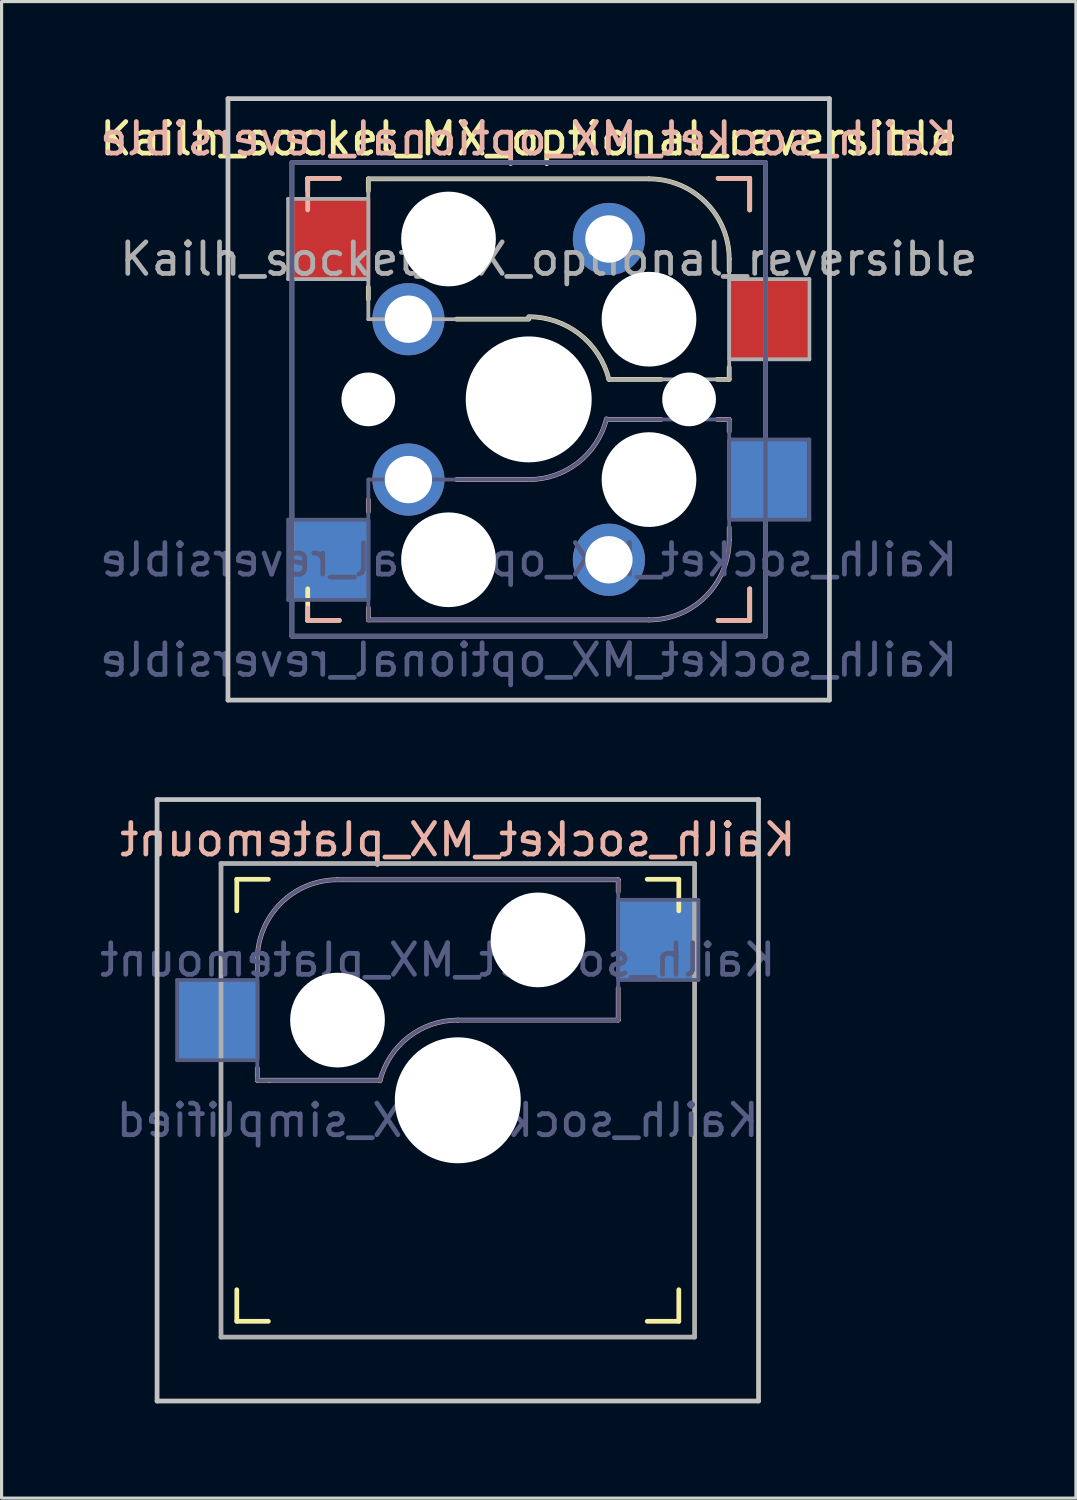
<source format=kicad_pcb>
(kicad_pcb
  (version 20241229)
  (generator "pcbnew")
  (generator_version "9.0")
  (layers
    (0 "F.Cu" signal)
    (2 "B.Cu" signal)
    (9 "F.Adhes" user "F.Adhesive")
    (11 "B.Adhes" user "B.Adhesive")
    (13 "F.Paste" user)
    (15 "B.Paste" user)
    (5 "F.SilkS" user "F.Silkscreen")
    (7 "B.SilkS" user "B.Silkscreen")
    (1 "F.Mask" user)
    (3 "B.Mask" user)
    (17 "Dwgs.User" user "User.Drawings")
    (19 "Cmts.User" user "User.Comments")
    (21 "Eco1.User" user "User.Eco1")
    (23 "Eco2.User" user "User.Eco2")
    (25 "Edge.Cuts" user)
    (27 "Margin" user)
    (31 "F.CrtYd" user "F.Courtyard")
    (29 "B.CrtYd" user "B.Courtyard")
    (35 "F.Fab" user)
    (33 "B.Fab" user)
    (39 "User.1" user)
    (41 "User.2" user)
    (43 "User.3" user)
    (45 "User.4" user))
  (footprint "Kailh_socket_MX_platemount"
    (layer "F.Cu")
    (at 11.45 31.8)
    (property "Reference" "Kailh_socket_MX_platemount" (at 0 -8.255 0) (layer "B.SilkS") (effects (font (size 1 1) (thickness 0.15)) (justify mirror)))
    (property "Value" "Kailh_socket_MX_simplified" (at 0 8.255 0) (layer "F.Fab") (hide yes) (effects (font (size 1 1) (thickness 0.15))))
    (attr smd)
    (fp_line (start -7 -6) (end -7 -7) (stroke (width 0.15) (type solid)) (layer "F.SilkS"))
    (fp_line (start -7 7) (end -7 6) (stroke (width 0.15) (type solid)) (layer "F.SilkS"))
    (fp_line (start -7 7) (end -6 7) (stroke (width 0.15) (type solid)) (layer "F.SilkS"))
    (fp_line (start -6 -7) (end -7 -7) (stroke (width 0.15) (type solid)) (layer "F.SilkS"))
    (fp_line (start 6 7) (end 7 7) (stroke (width 0.15) (type solid)) (layer "F.SilkS"))
    (fp_line (start 7 -7) (end 6 -7) (stroke (width 0.15) (type solid)) (layer "F.SilkS"))
    (fp_line (start 7 -7) (end 7 -6) (stroke (width 0.15) (type solid)) (layer "F.SilkS"))
    (fp_line (start 7 6) (end 7 7) (stroke (width 0.15) (type solid)) (layer "F.SilkS"))
    (fp_line (start -6.35 -4.445) (end -6.35 -4.064) (stroke (width 0.15) (type solid)) (layer "B.SilkS"))
    (fp_line (start -6.35 -1.016) (end -6.35 -0.635) (stroke (width 0.15) (type solid)) (layer "B.SilkS"))
    (fp_line (start -5.969 -0.635) (end -6.35 -0.635) (stroke (width 0.15) (type solid)) (layer "B.SilkS"))
    (fp_line (start -3.81 -6.985) (end 5.08 -6.985) (stroke (width 0.15) (type solid)) (layer "B.SilkS"))
    (fp_line (start -2.464 -0.635) (end -5.969 -0.635) (stroke (width 0.15) (type solid)) (layer "B.SilkS"))
    (fp_line (start 5.08 -6.985) (end 5.08 -6.604) (stroke (width 0.15) (type solid)) (layer "B.SilkS"))
    (fp_line (start 5.08 -3.556) (end 5.08 -2.54) (stroke (width 0.15) (type solid)) (layer "B.SilkS"))
    (fp_line (start 5.08 -2.54) (end 0 -2.54) (stroke (width 0.15) (type solid)) (layer "B.SilkS"))
    (fp_arc (start -6.35 -4.445) (mid -5.606051 -6.241051) (end -3.81 -6.985) (stroke (width 0.15) (type solid)) (layer "B.SilkS"))
    (fp_arc (start -2.464162 -0.61604) (mid -1.563147 -2.002042) (end 0 -2.54) (stroke (width 0.15) (type solid)) (layer "B.SilkS"))
    (fp_line (start -9.525 -9.525) (end 9.525 -9.525) (stroke (width 0.15) (type solid)) (layer "Dwgs.User"))
    (fp_line (start -9.525 9.525) (end -9.525 -9.525) (stroke (width 0.15) (type solid)) (layer "Dwgs.User"))
    (fp_line (start 9.525 -9.525) (end 9.525 9.525) (stroke (width 0.15) (type solid)) (layer "Dwgs.User"))
    (fp_line (start 9.525 9.525) (end -9.525 9.525) (stroke (width 0.15) (type solid)) (layer "Dwgs.User"))
    (fp_line (start -6.9 6.9) (end -6.9 -6.9) (stroke (width 0.15) (type solid)) (layer "Eco2.User"))
    (fp_line (start -6.9 6.9) (end 6.9 6.9) (stroke (width 0.15) (type solid)) (layer "Eco2.User"))
    (fp_line (start 6.9 -6.9) (end -6.9 -6.9) (stroke (width 0.15) (type solid)) (layer "Eco2.User"))
    (fp_line (start 6.9 -6.9) (end 6.9 6.9) (stroke (width 0.15) (type solid)) (layer "Eco2.User"))
    (fp_line (start -8.89 -3.81) (end -6.35 -3.81) (stroke (width 0.12) (type solid)) (layer "B.Fab"))
    (fp_line (start -8.89 -1.27) (end -8.89 -3.81) (stroke (width 0.12) (type solid)) (layer "B.Fab"))
    (fp_line (start -6.35 -1.27) (end -8.89 -1.27) (stroke (width 0.12) (type solid)) (layer "B.Fab"))
    (fp_line (start -6.35 -0.635) (end -6.35 -4.445) (stroke (width 0.12) (type solid)) (layer "B.Fab"))
    (fp_line (start -6.35 -0.635) (end -2.54 -0.635) (stroke (width 0.12) (type solid)) (layer "B.Fab"))
    (fp_line (start -3.81 -6.985) (end 5.08 -6.985) (stroke (width 0.12) (type solid)) (layer "B.Fab"))
    (fp_line (start 5.08 -6.985) (end 5.08 -2.54) (stroke (width 0.12) (type solid)) (layer "B.Fab"))
    (fp_line (start 5.08 -6.35) (end 7.62 -6.35) (stroke (width 0.12) (type solid)) (layer "B.Fab"))
    (fp_line (start 5.08 -2.54) (end 0 -2.54) (stroke (width 0.12) (type solid)) (layer "B.Fab"))
    (fp_line (start 7.62 -6.35) (end 7.62 -3.81) (stroke (width 0.12) (type solid)) (layer "B.Fab"))
    (fp_line (start 7.62 -3.81) (end 5.08 -3.81) (stroke (width 0.12) (type solid)) (layer "B.Fab"))
    (fp_arc (start -6.35 -4.445) (mid -5.606051 -6.241051) (end -3.81 -6.985) (stroke (width 0.12) (type solid)) (layer "B.Fab"))
    (fp_arc (start -2.464162 -0.61604) (mid -1.563147 -2.002042) (end 0 -2.54) (stroke (width 0.12) (type solid)) (layer "B.Fab"))
    (fp_line (start -7.5 -7.5) (end 7.5 -7.5) (stroke (width 0.15) (type solid)) (layer "F.Fab"))
    (fp_line (start -7.5 7.5) (end -7.5 -7.5) (stroke (width 0.15) (type solid)) (layer "F.Fab"))
    (fp_line (start 7.5 -7.5) (end 7.5 7.5) (stroke (width 0.15) (type solid)) (layer "F.Fab"))
    (fp_line (start 7.5 7.5) (end -7.5 7.5) (stroke (width 0.15) (type solid)) (layer "F.Fab"))
    (fp_text user "${REFERENCE}" (at -0.635 -4.445 0) (layer "B.Fab") (effects (font (size 1 1) (thickness 0.15)) (justify mirror)))
    (fp_text user "${VALUE}" (at -0.635 0.635 0) (layer "B.Fab") (effects (font (size 1 1) (thickness 0.15)) (justify mirror)))
    (pad "" np_thru_hole circle (at -3.81 -2.54) (size 3 3) (drill 3) (layers "*.Cu" "*.Mask"))
    (pad "" np_thru_hole circle (at 0 0) (size 3.988 3.988) (drill 3.988) (layers "*.Cu" "*.Mask"))
    (pad "" np_thru_hole circle (at 2.54 -5.08) (size 3 3) (drill 3) (layers "*.Cu" "*.Mask"))
    (pad "1" smd rect (at -7.56 -2.54) (size 2.55 2.5) (layers "B.Cu" "B.Mask" "B.Paste"))
    (pad "2" smd rect (at 6.29 -5.08) (size 2.55 2.5) (layers "B.Cu" "B.Mask" "B.Paste")))
  (footprint "Kailh_socket_MX_optional_reversible"
    (layer "F.Cu")
    (at 13.696 9.6)
    (property "Reference" "Kailh_socket_MX_optional_reversible" (at 0 -8.255 0) (layer "F.SilkS") (effects (font (size 1 1) (thickness 0.15))))
    (property "Value" "Kailh_socket_MX_optional_reversible" (at 0 8.255 0) (layer "F.Fab") (hide yes) (effects (font (size 1 1) (thickness 0.15))))
    (attr smd)
    (fp_line (start -7 -7) (end -6 -7) (stroke (width 0.15) (type solid)) (layer "F.SilkS"))
    (fp_line (start -7 -6.604) (end -7 -7) (stroke (width 0.15) (type solid)) (layer "F.SilkS"))
    (fp_line (start -7 7) (end -7 6) (stroke (width 0.15) (type solid)) (layer "F.SilkS"))
    (fp_line (start -6 7) (end -7 7) (stroke (width 0.15) (type solid)) (layer "F.SilkS"))
    (fp_line (start -5.08 -6.985) (end -5.08 -6.604) (stroke (width 0.15) (type solid)) (layer "F.SilkS"))
    (fp_line (start -5.08 -3.556) (end -5.08 -3.175) (stroke (width 0.15) (type solid)) (layer "F.SilkS"))
    (fp_line (start -2.286 -2.54) (end 0 -2.54) (stroke (width 0.15) (type solid)) (layer "F.SilkS"))
    (fp_line (start 2.54 -0.635) (end 4.191 -0.635) (stroke (width 0.15) (type solid)) (layer "F.SilkS"))
    (fp_line (start 3.81 -6.985) (end -5.08 -6.985) (stroke (width 0.15) (type solid)) (layer "F.SilkS"))
    (fp_line (start 5.969 -0.635) (end 6.35 -0.635) (stroke (width 0.15) (type solid)) (layer "F.SilkS"))
    (fp_line (start 6 -7) (end 7 -7) (stroke (width 0.15) (type solid)) (layer "F.SilkS"))
    (fp_line (start 6.35 -4.445) (end 6.35 -4.064) (stroke (width 0.15) (type solid)) (layer "F.SilkS"))
    (fp_line (start 6.35 -0.635) (end 6.35 -1.016) (stroke (width 0.15) (type solid)) (layer "F.SilkS"))
    (fp_line (start 7 -7) (end 7 -6) (stroke (width 0.15) (type solid)) (layer "F.SilkS"))
    (fp_line (start 7 6) (end 7 7) (stroke (width 0.15) (type solid)) (layer "F.SilkS"))
    (fp_line (start 7 7) (end 6 7) (stroke (width 0.15) (type solid)) (layer "F.SilkS"))
    (fp_arc (start 0.000001 -2.618171) (mid 1.611255 -2.063656) (end 2.539999 -0.634999) (stroke (width 0.15) (type solid)) (layer "F.SilkS"))
    (fp_arc (start 3.81 -6.985) (mid 5.606051 -6.241051) (end 6.35 -4.445) (stroke (width 0.15) (type solid)) (layer "F.SilkS"))
    (fp_line (start -7 -7) (end -6 -7) (stroke (width 0.15) (type solid)) (layer "B.SilkS"))
    (fp_line (start -7 -6) (end -7 -7) (stroke (width 0.15) (type solid)) (layer "B.SilkS"))
    (fp_line (start -7 7) (end -7 6.604) (stroke (width 0.15) (type solid)) (layer "B.SilkS"))
    (fp_line (start -6 7) (end -7 7) (stroke (width 0.15) (type solid)) (layer "B.SilkS"))
    (fp_line (start -5.08 3.175) (end -5.08 3.556) (stroke (width 0.15) (type solid)) (layer "B.SilkS"))
    (fp_line (start -5.08 6.604) (end -5.08 6.985) (stroke (width 0.15) (type solid)) (layer "B.SilkS"))
    (fp_line (start -5.08 6.985) (end 3.81 6.985) (stroke (width 0.15) (type solid)) (layer "B.SilkS"))
    (fp_line (start 0 2.54) (end -2.286 2.54) (stroke (width 0.15) (type solid)) (layer "B.SilkS"))
    (fp_line (start 4.191 0.635) (end 2.54 0.635) (stroke (width 0.15) (type solid)) (layer "B.SilkS"))
    (fp_line (start 6 -7) (end 7 -7) (stroke (width 0.15) (type solid)) (layer "B.SilkS"))
    (fp_line (start 6.35 0.635) (end 5.969 0.635) (stroke (width 0.15) (type solid)) (layer "B.SilkS"))
    (fp_line (start 6.35 1.016) (end 6.35 0.635) (stroke (width 0.15) (type solid)) (layer "B.SilkS"))
    (fp_line (start 6.35 4.445) (end 6.35 4.064) (stroke (width 0.15) (type solid)) (layer "B.SilkS"))
    (fp_line (start 7 -7) (end 7 -6) (stroke (width 0.15) (type solid)) (layer "B.SilkS"))
    (fp_line (start 7 6) (end 7 7) (stroke (width 0.15) (type solid)) (layer "B.SilkS"))
    (fp_line (start 7 7) (end 6 7) (stroke (width 0.15) (type solid)) (layer "B.SilkS"))
    (fp_arc (start 2.464162 0.61604) (mid 1.563147 2.002042) (end 0 2.54) (stroke (width 0.15) (type solid)) (layer "B.SilkS"))
    (fp_arc (start 6.35 4.445) (mid 5.606051 6.241051) (end 3.81 6.985) (stroke (width 0.15) (type solid)) (layer "B.SilkS"))
    (fp_line (start -9.525 -9.525) (end 9.525 -9.525) (stroke (width 0.15) (type solid)) (layer "Dwgs.User"))
    (fp_line (start -9.525 9.525) (end -9.525 -9.525) (stroke (width 0.15) (type solid)) (layer "Dwgs.User"))
    (fp_line (start 9.525 -9.525) (end 9.525 9.525) (stroke (width 0.15) (type solid)) (layer "Dwgs.User"))
    (fp_line (start 9.525 9.525) (end -9.525 9.525) (stroke (width 0.15) (type solid)) (layer "Dwgs.User"))
    (fp_line (start -6.9 6.9) (end -6.9 -6.9) (stroke (width 0.15) (type solid)) (layer "Eco2.User"))
    (fp_line (start -6.9 6.9) (end 6.9 6.9) (stroke (width 0.15) (type solid)) (layer "Eco2.User"))
    (fp_line (start 6.9 -6.9) (end -6.9 -6.9) (stroke (width 0.15) (type solid)) (layer "Eco2.User"))
    (fp_line (start 6.9 -6.9) (end 6.9 6.9) (stroke (width 0.15) (type solid)) (layer "Eco2.User"))
    (fp_line (start -7.62 3.81) (end -7.62 6.35) (stroke (width 0.12) (type solid)) (layer "B.Fab"))
    (fp_line (start -7.62 6.35) (end -5.08 6.35) (stroke (width 0.12) (type solid)) (layer "B.Fab"))
    (fp_line (start -7.5 -7.5) (end 7.5 -7.5) (stroke (width 0.15) (type solid)) (layer "B.Fab"))
    (fp_line (start -7.5 7.5) (end -7.5 -7.5) (stroke (width 0.15) (type solid)) (layer "B.Fab"))
    (fp_line (start -5.08 2.54) (end -5.08 6.985) (stroke (width 0.12) (type solid)) (layer "B.Fab"))
    (fp_line (start -5.08 3.81) (end -7.62 3.81) (stroke (width 0.12) (type solid)) (layer "B.Fab"))
    (fp_line (start -5.08 6.985) (end 3.81 6.985) (stroke (width 0.12) (type solid)) (layer "B.Fab"))
    (fp_line (start 0 2.54) (end -5.08 2.54) (stroke (width 0.12) (type solid)) (layer "B.Fab"))
    (fp_line (start 6.35 0.635) (end 2.54 0.635) (stroke (width 0.12) (type solid)) (layer "B.Fab"))
    (fp_line (start 6.35 3.81) (end 8.89 3.81) (stroke (width 0.12) (type solid)) (layer "B.Fab"))
    (fp_line (start 6.35 4.445) (end 6.35 0.635) (stroke (width 0.12) (type solid)) (layer "B.Fab"))
    (fp_line (start 7.5 -7.5) (end 7.5 7.5) (stroke (width 0.15) (type solid)) (layer "B.Fab"))
    (fp_line (start 7.5 7.5) (end -7.5 7.5) (stroke (width 0.15) (type solid)) (layer "B.Fab"))
    (fp_line (start 8.89 1.27) (end 6.35 1.27) (stroke (width 0.12) (type solid)) (layer "B.Fab"))
    (fp_line (start 8.89 3.81) (end 8.89 1.27) (stroke (width 0.12) (type solid)) (layer "B.Fab"))
    (fp_arc (start 2.464162 0.61604) (mid 1.563147 2.002042) (end 0 2.54) (stroke (width 0.12) (type solid)) (layer "B.Fab"))
    (fp_arc (start 6.35 4.445) (mid 5.606051 6.241051) (end 3.81 6.985) (stroke (width 0.12) (type solid)) (layer "B.Fab"))
    (fp_line (start -7.62 -6.35) (end -7.62 -3.81) (stroke (width 0.12) (type solid)) (layer "F.Fab"))
    (fp_line (start -7.62 -3.81) (end -5.08 -3.81) (stroke (width 0.12) (type solid)) (layer "F.Fab"))
    (fp_line (start -7.5 -7.5) (end 7.5 -7.5) (stroke (width 0.15) (type solid)) (layer "F.Fab"))
    (fp_line (start -7.5 7.5) (end -7.5 -7.5) (stroke (width 0.15) (type solid)) (layer "F.Fab"))
    (fp_line (start -5.08 -6.985) (end -5.08 -2.54) (stroke (width 0.12) (type solid)) (layer "F.Fab"))
    (fp_line (start -5.08 -6.35) (end -7.62 -6.35) (stroke (width 0.12) (type solid)) (layer "F.Fab"))
    (fp_line (start -5.08 -2.54) (end 0 -2.54) (stroke (width 0.12) (type solid)) (layer "F.Fab"))
    (fp_line (start 2.54 -0.635) (end 6.35 -0.635) (stroke (width 0.12) (type solid)) (layer "F.Fab"))
    (fp_line (start 3.81 -6.985) (end -5.08 -6.985) (stroke (width 0.12) (type solid)) (layer "F.Fab"))
    (fp_line (start 6.35 -1.27) (end 8.89 -1.27) (stroke (width 0.12) (type solid)) (layer "F.Fab"))
    (fp_line (start 6.35 -0.635) (end 6.35 -4.445) (stroke (width 0.12) (type solid)) (layer "F.Fab"))
    (fp_line (start 7.5 -7.5) (end 7.5 7.5) (stroke (width 0.15) (type solid)) (layer "F.Fab"))
    (fp_line (start 7.5 7.5) (end -7.5 7.5) (stroke (width 0.15) (type solid)) (layer "F.Fab"))
    (fp_line (start 8.89 -3.81) (end 6.35 -3.81) (stroke (width 0.12) (type solid)) (layer "F.Fab"))
    (fp_line (start 8.89 -1.27) (end 8.89 -3.81) (stroke (width 0.12) (type solid)) (layer "F.Fab"))
    (fp_arc (start 0.000001 -2.618171) (mid 1.611255 -2.063656) (end 2.539999 -0.634999) (stroke (width 0.12) (type solid)) (layer "F.Fab"))
    (fp_arc (start 3.81 -6.985) (mid 5.606051 -6.241051) (end 6.35 -4.445) (stroke (width 0.12) (type solid)) (layer "F.Fab"))
    (fp_text user "${REFERENCE}" (at 0 -8.255 0) (layer "B.SilkS") (effects (font (size 1 1) (thickness 0.15)) (justify mirror)))
    (fp_text user "${REFERENCE}" (at 0 5.08 0) (layer "B.Fab") (effects (font (size 1 1) (thickness 0.15)) (justify mirror)))
    (fp_text user "${VALUE}" (at 0 8.255 0) (layer "B.Fab") (effects (font (size 1 1) (thickness 0.15)) (justify mirror)))
    (fp_text user "${REFERENCE}" (at 0.635 -4.445 0) (layer "F.Fab") (effects (font (size 1 1) (thickness 0.15))))
    (pad "" np_thru_hole circle (at -5.08 0) (size 1.702 1.702) (drill 1.702) (layers "*.Cu" "*.Mask"))
    (pad "" np_thru_hole circle (at -2.54 -5.08) (size 3 3) (drill 3) (layers "*.Cu" "*.Mask"))
    (pad "" np_thru_hole circle (at -2.54 5.08) (size 3 3) (drill 3) (layers "*.Cu" "*.Mask"))
    (pad "" np_thru_hole circle (at 0 0) (size 3.988 3.988) (drill 3.988) (layers "*.Cu" "*.Mask"))
    (pad "" np_thru_hole circle (at 3.81 -2.54) (size 3 3) (drill 3) (layers "*.Cu" "*.Mask"))
    (pad "" np_thru_hole circle (at 3.81 2.54) (size 3 3) (drill 3) (layers "*.Cu" "*.Mask"))
    (pad "" np_thru_hole circle (at 5.08 0) (size 1.702 1.702) (drill 1.702) (layers "*.Cu" "*.Mask"))
    (pad "1" smd rect (at -6.29 -5.08) (size 2.55 2.5) (layers "F.Cu" "F.Mask" "F.Paste"))
    (pad "1" smd rect (at -6.29 5.08) (size 2.55 2.5) (layers "B.Cu" "B.Mask" "B.Paste"))
    (pad "1" thru_hole circle (at -3.81 -2.54) (size 2.286 2.286) (drill 1.499) (layers "*.Cu" "*.Mask"))
    (pad "1" thru_hole circle (at -3.81 2.54) (size 2.286 2.286) (drill 1.499) (layers "*.Cu" "*.Mask"))
    (pad "2" thru_hole circle (at 2.54 -5.08) (size 2.286 2.286) (drill 1.499) (layers "*.Cu" "*.Mask"))
    (pad "2" thru_hole circle (at 2.54 5.08) (size 2.286 2.286) (drill 1.499) (layers "*.Cu" "*.Mask"))
    (pad "2" smd rect (at 7.56 -2.54) (size 2.55 2.5) (layers "F.Cu" "F.Mask" "F.Paste"))
    (pad "2" smd rect (at 7.56 2.54) (size 2.55 2.5) (layers "B.Cu" "B.Mask" "B.Paste")))
  (gr_rect
    (start -3 -3)
    (end 31.028 44.4)
    (stroke (width 0.1) (type default))
    (fill no)
    (layer "Edge.Cuts")))
</source>
